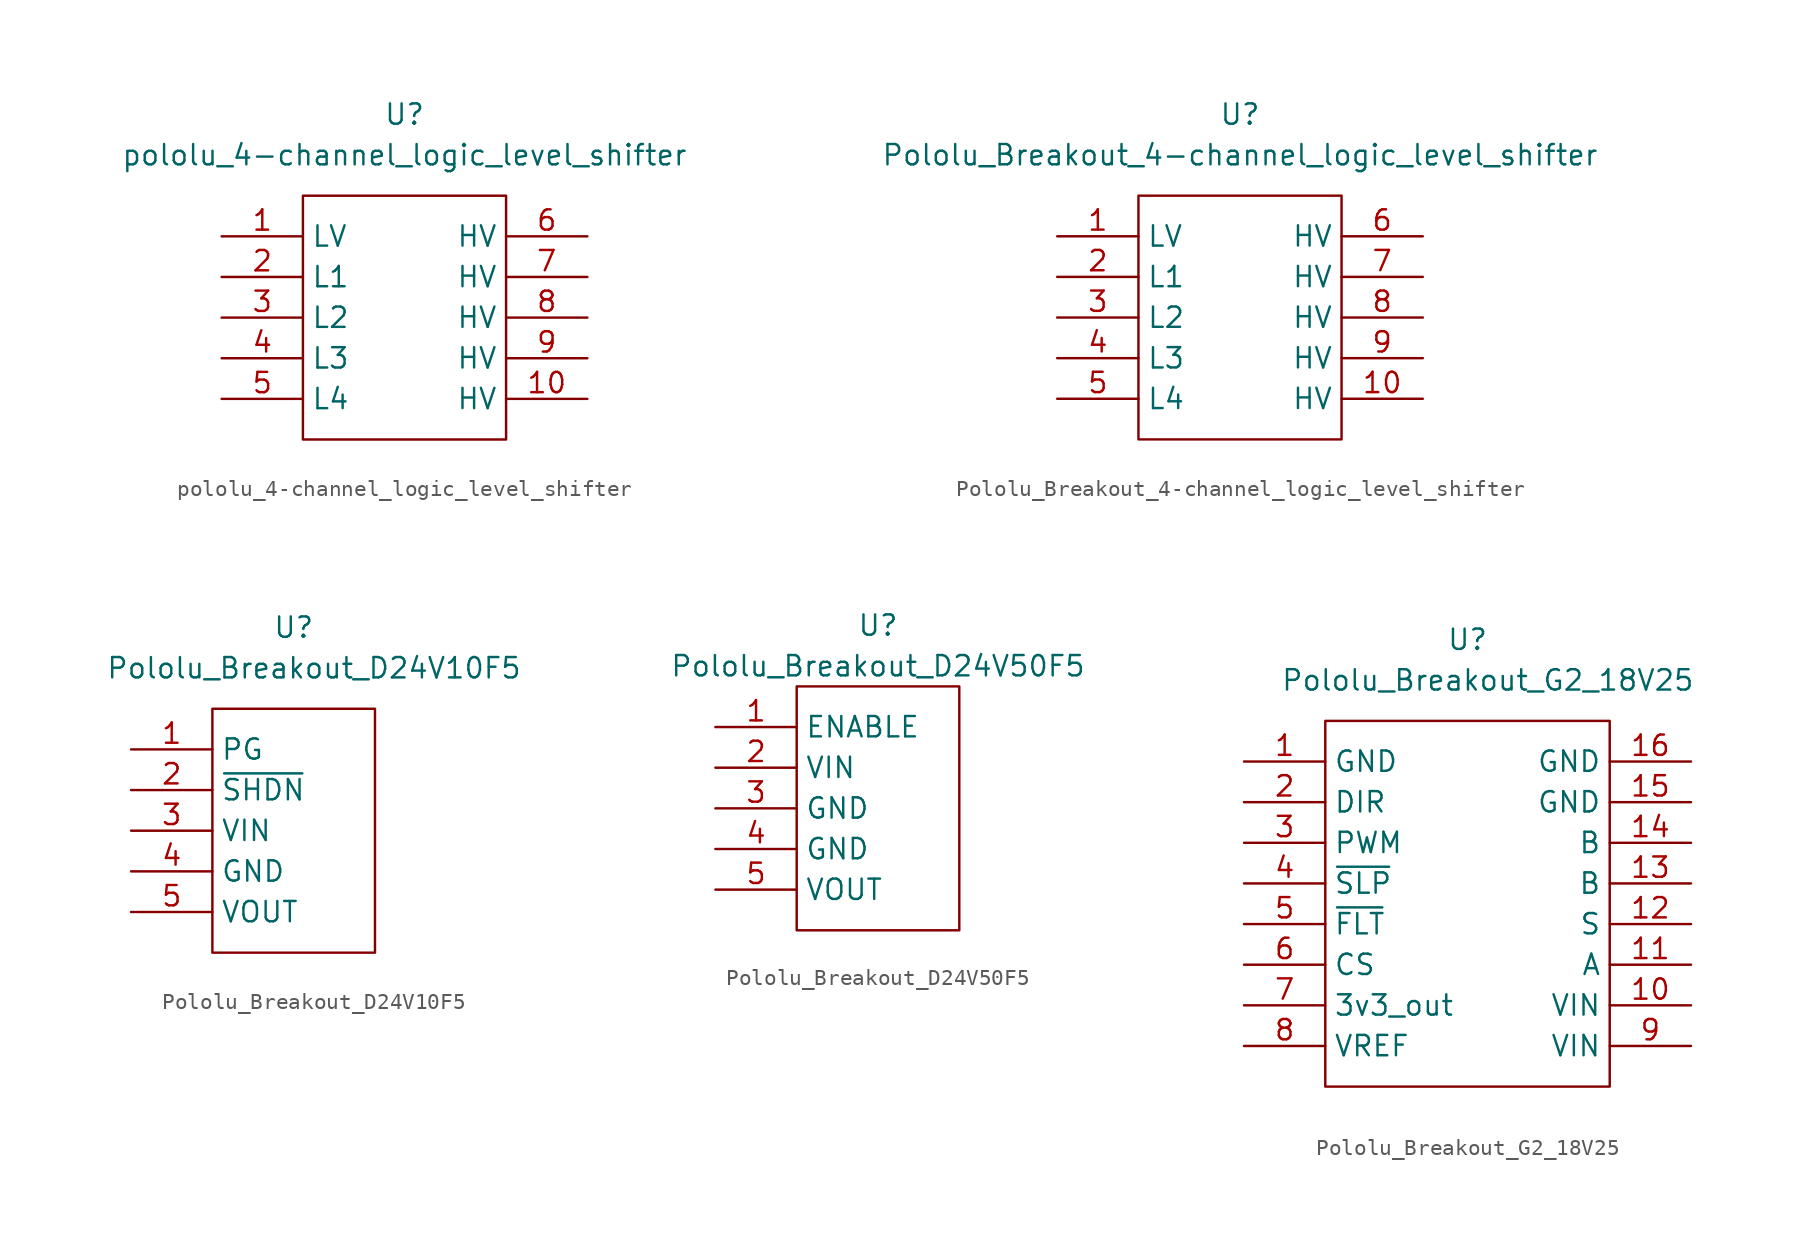
<source format=kicad_sym>
(kicad_symbol_lib
  (version 20211014)
  (generator kicad_symbol_editor)
  (symbol "pololu_4-channel_logic_level_shifter"
    (property "Reference" "U"
      (at 0 12.7 0)
      (effects (font (size 1.27 1.27))))
    (property "Value" "pololu_4-channel_logic_level_shifter"
      (at 0 10.16 0)
      (effects (font (size 1.27 1.27))))
    (symbol "pololu_4-channel_logic_level_shifter_0_1"
      (rectangle (start -6.35 7.62) (end 6.35 -7.62) (stroke (width 0) (type default) (color 0 0 0 0)) (fill (type none))))
    (symbol "pololu_4-channel_logic_level_shifter_1_1"
      (pin input line (at -11.43 5.08 0) (length 5.08) (name "LV" (effects (font (size 1.27 1.27)))) (number "1" (effects (font (size 1.27 1.27)))))
      (pin input line (at 11.43 -5.08 180) (length 5.08) (name "HV" (effects (font (size 1.27 1.27)))) (number "10" (effects (font (size 1.27 1.27)))))
      (pin input line (at -11.43 2.54 0) (length 5.08) (name "L1" (effects (font (size 1.27 1.27)))) (number "2" (effects (font (size 1.27 1.27)))))
      (pin input line (at -11.43 0 0) (length 5.08) (name "L2" (effects (font (size 1.27 1.27)))) (number "3" (effects (font (size 1.27 1.27)))))
      (pin input line (at -11.43 -2.54 0) (length 5.08) (name "L3" (effects (font (size 1.27 1.27)))) (number "4" (effects (font (size 1.27 1.27)))))
      (pin input line (at -11.43 -5.08 0) (length 5.08) (name "L4" (effects (font (size 1.27 1.27)))) (number "5" (effects (font (size 1.27 1.27)))))
      (pin input line (at 11.43 5.08 180) (length 5.08) (name "HV" (effects (font (size 1.27 1.27)))) (number "6" (effects (font (size 1.27 1.27)))))
      (pin input line (at 11.43 2.54 180) (length 5.08) (name "HV" (effects (font (size 1.27 1.27)))) (number "7" (effects (font (size 1.27 1.27)))))
      (pin input line (at 11.43 0 180) (length 5.08) (name "HV" (effects (font (size 1.27 1.27)))) (number "8" (effects (font (size 1.27 1.27)))))
      (pin input line (at 11.43 -2.54 180) (length 5.08) (name "HV" (effects (font (size 1.27 1.27)))) (number "9" (effects (font (size 1.27 1.27)))))))
  (symbol "Pololu_Breakout_4-channel_logic_level_shifter"
    (property "Reference" "U"
      (at 0 12.7 0)
      (effects (font (size 1.27 1.27))))
    (property "Value" "Pololu_Breakout_4-channel_logic_level_shifter"
      (at 0 10.16 0)
      (effects (font (size 1.27 1.27))))
    (symbol "Pololu_Breakout_4-channel_logic_level_shifter_0_1"
      (rectangle (start -6.35 7.62) (end 6.35 -7.62) (stroke (width 0) (type default) (color 0 0 0 0)) (fill (type none))))
    (symbol "Pololu_Breakout_4-channel_logic_level_shifter_1_1"
      (pin input line (at -11.43 5.08 0) (length 5.08) (name "LV" (effects (font (size 1.27 1.27)))) (number "1" (effects (font (size 1.27 1.27)))))
      (pin input line (at 11.43 -5.08 180) (length 5.08) (name "HV" (effects (font (size 1.27 1.27)))) (number "10" (effects (font (size 1.27 1.27)))))
      (pin input line (at -11.43 2.54 0) (length 5.08) (name "L1" (effects (font (size 1.27 1.27)))) (number "2" (effects (font (size 1.27 1.27)))))
      (pin input line (at -11.43 0 0) (length 5.08) (name "L2" (effects (font (size 1.27 1.27)))) (number "3" (effects (font (size 1.27 1.27)))))
      (pin input line (at -11.43 -2.54 0) (length 5.08) (name "L3" (effects (font (size 1.27 1.27)))) (number "4" (effects (font (size 1.27 1.27)))))
      (pin input line (at -11.43 -5.08 0) (length 5.08) (name "L4" (effects (font (size 1.27 1.27)))) (number "5" (effects (font (size 1.27 1.27)))))
      (pin input line (at 11.43 5.08 180) (length 5.08) (name "HV" (effects (font (size 1.27 1.27)))) (number "6" (effects (font (size 1.27 1.27)))))
      (pin input line (at 11.43 2.54 180) (length 5.08) (name "HV" (effects (font (size 1.27 1.27)))) (number "7" (effects (font (size 1.27 1.27)))))
      (pin input line (at 11.43 0 180) (length 5.08) (name "HV" (effects (font (size 1.27 1.27)))) (number "8" (effects (font (size 1.27 1.27)))))
      (pin input line (at 11.43 -2.54 180) (length 5.08) (name "HV" (effects (font (size 1.27 1.27)))) (number "9" (effects (font (size 1.27 1.27)))))))
  (symbol "Pololu_Breakout_D24V10F5"
    (property "Reference" "U"
      (at 0 12.7 0)
      (effects (font (size 1.27 1.27))))
    (property "Value" "Pololu_Breakout_D24V10F5"
      (at 1.27 10.16 0)
      (effects (font (size 1.27 1.27))))
    (symbol "Pololu_Breakout_D24V10F5_0_1"
      (rectangle (start -5.08 7.62) (end 5.08 -7.62) (stroke (width 0) (type default) (color 0 0 0 0)) (fill (type none))))
    (symbol "Pololu_Breakout_D24V10F5_1_1"
      (pin input line (at -10.16 5.08 0) (length 5.08) (name "PG" (effects (font (size 1.27 1.27)))) (number "1" (effects (font (size 1.27 1.27)))))
      (pin input line (at -10.16 2.54 0) (length 5.08) (name "~{SHDN}" (effects (font (size 1.27 1.27)))) (number "2" (effects (font (size 1.27 1.27)))))
      (pin input line (at -10.16 0 0) (length 5.08) (name "VIN" (effects (font (size 1.27 1.27)))) (number "3" (effects (font (size 1.27 1.27)))))
      (pin input line (at -10.16 -2.54 0) (length 5.08) (name "GND" (effects (font (size 1.27 1.27)))) (number "4" (effects (font (size 1.27 1.27)))))
      (pin output line (at -10.16 -5.08 0) (length 5.08) (name "VOUT" (effects (font (size 1.27 1.27)))) (number "5" (effects (font (size 1.27 1.27)))))))
  (symbol "Pololu_Breakout_D24V50F5"
    (property "Reference" "U"
      (at 0 11.43 0)
      (effects (font (size 1.27 1.27))))
    (property "Value" "Pololu_Breakout_D24V50F5"
      (at 0 8.89 0)
      (effects (font (size 1.27 1.27))))
    (symbol "Pololu_Breakout_D24V50F5_0_1"
      (rectangle (start -5.08 7.62) (end 5.08 -7.62) (stroke (width 0) (type default) (color 0 0 0 0)) (fill (type none))))
    (symbol "Pololu_Breakout_D24V50F5_1_1"
      (pin input line (at -10.16 5.08 0) (length 5.08) (name "ENABLE" (effects (font (size 1.27 1.27)))) (number "1" (effects (font (size 1.27 1.27)))))
      (pin input line (at -10.16 2.54 0) (length 5.08) (name "VIN" (effects (font (size 1.27 1.27)))) (number "2" (effects (font (size 1.27 1.27)))))
      (pin input line (at -10.16 0 0) (length 5.08) (name "GND" (effects (font (size 1.27 1.27)))) (number "3" (effects (font (size 1.27 1.27)))))
      (pin input line (at -10.16 -2.54 0) (length 5.08) (name "GND" (effects (font (size 1.27 1.27)))) (number "4" (effects (font (size 1.27 1.27)))))
      (pin output line (at -10.16 -5.08 0) (length 5.08) (name "VOUT" (effects (font (size 1.27 1.27)))) (number "5" (effects (font (size 1.27 1.27)))))))
  (symbol "Pololu_Breakout_G2_18V25"
    (property "Reference" "U"
      (at 0 16.51 0)
      (effects (font (size 1.27 1.27))))
    (property "Value" "Pololu_Breakout_G2_18V25"
      (at 1.27 13.97 0)
      (effects (font (size 1.27 1.27))))
    (symbol "Pololu_Breakout_G2_18V25_0_1"
      (rectangle (start -8.89 11.43) (end 8.89 -11.43) (stroke (width 0) (type default) (color 0 0 0 0)) (fill (type none))))
    (symbol "Pololu_Breakout_G2_18V25_1_1"
      (pin input line (at -13.97 8.89 0) (length 5.08) (name "GND" (effects (font (size 1.27 1.27)))) (number "1" (effects (font (size 1.27 1.27)))))
      (pin input line (at 13.97 -6.35 180) (length 5.08) (name "VIN" (effects (font (size 1.27 1.27)))) (number "10" (effects (font (size 1.27 1.27)))))
      (pin output line (at 13.97 -3.81 180) (length 5.08) (name "A" (effects (font (size 1.27 1.27)))) (number "11" (effects (font (size 1.27 1.27)))))
      (pin output line (at 13.97 -1.27 180) (length 5.08) (name "S" (effects (font (size 1.27 1.27)))) (number "12" (effects (font (size 1.27 1.27)))))
      (pin output line (at 13.97 1.27 180) (length 5.08) (name "B" (effects (font (size 1.27 1.27)))) (number "13" (effects (font (size 1.27 1.27)))))
      (pin output line (at 13.97 3.81 180) (length 5.08) (name "B" (effects (font (size 1.27 1.27)))) (number "14" (effects (font (size 1.27 1.27)))))
      (pin input line (at 13.97 6.35 180) (length 5.08) (name "GND" (effects (font (size 1.27 1.27)))) (number "15" (effects (font (size 1.27 1.27)))))
      (pin input line (at 13.97 8.89 180) (length 5.08) (name "GND" (effects (font (size 1.27 1.27)))) (number "16" (effects (font (size 1.27 1.27)))))
      (pin input line (at -13.97 6.35 0) (length 5.08) (name "DIR" (effects (font (size 1.27 1.27)))) (number "2" (effects (font (size 1.27 1.27)))))
      (pin input line (at -13.97 3.81 0) (length 5.08) (name "PWM" (effects (font (size 1.27 1.27)))) (number "3" (effects (font (size 1.27 1.27)))))
      (pin input line (at -13.97 1.27 0) (length 5.08) (name "~{SLP}" (effects (font (size 1.27 1.27)))) (number "4" (effects (font (size 1.27 1.27)))))
      (pin output line (at -13.97 -1.27 0) (length 5.08) (name "~{FLT}" (effects (font (size 1.27 1.27)))) (number "5" (effects (font (size 1.27 1.27)))))
      (pin output line (at -13.97 -3.81 0) (length 5.08) (name "CS" (effects (font (size 1.27 1.27)))) (number "6" (effects (font (size 1.27 1.27)))))
      (pin output line (at -13.97 -6.35 0) (length 5.08) (name "3v3_out" (effects (font (size 1.27 1.27)))) (number "7" (effects (font (size 1.27 1.27)))))
      (pin input line (at -13.97 -8.89 0) (length 5.08) (name "VREF" (effects (font (size 1.27 1.27)))) (number "8" (effects (font (size 1.27 1.27)))))
      (pin input line (at 13.97 -8.89 180) (length 5.08) (name "VIN" (effects (font (size 1.27 1.27)))) (number "9" (effects (font (size 1.27 1.27))))))))
</source>
